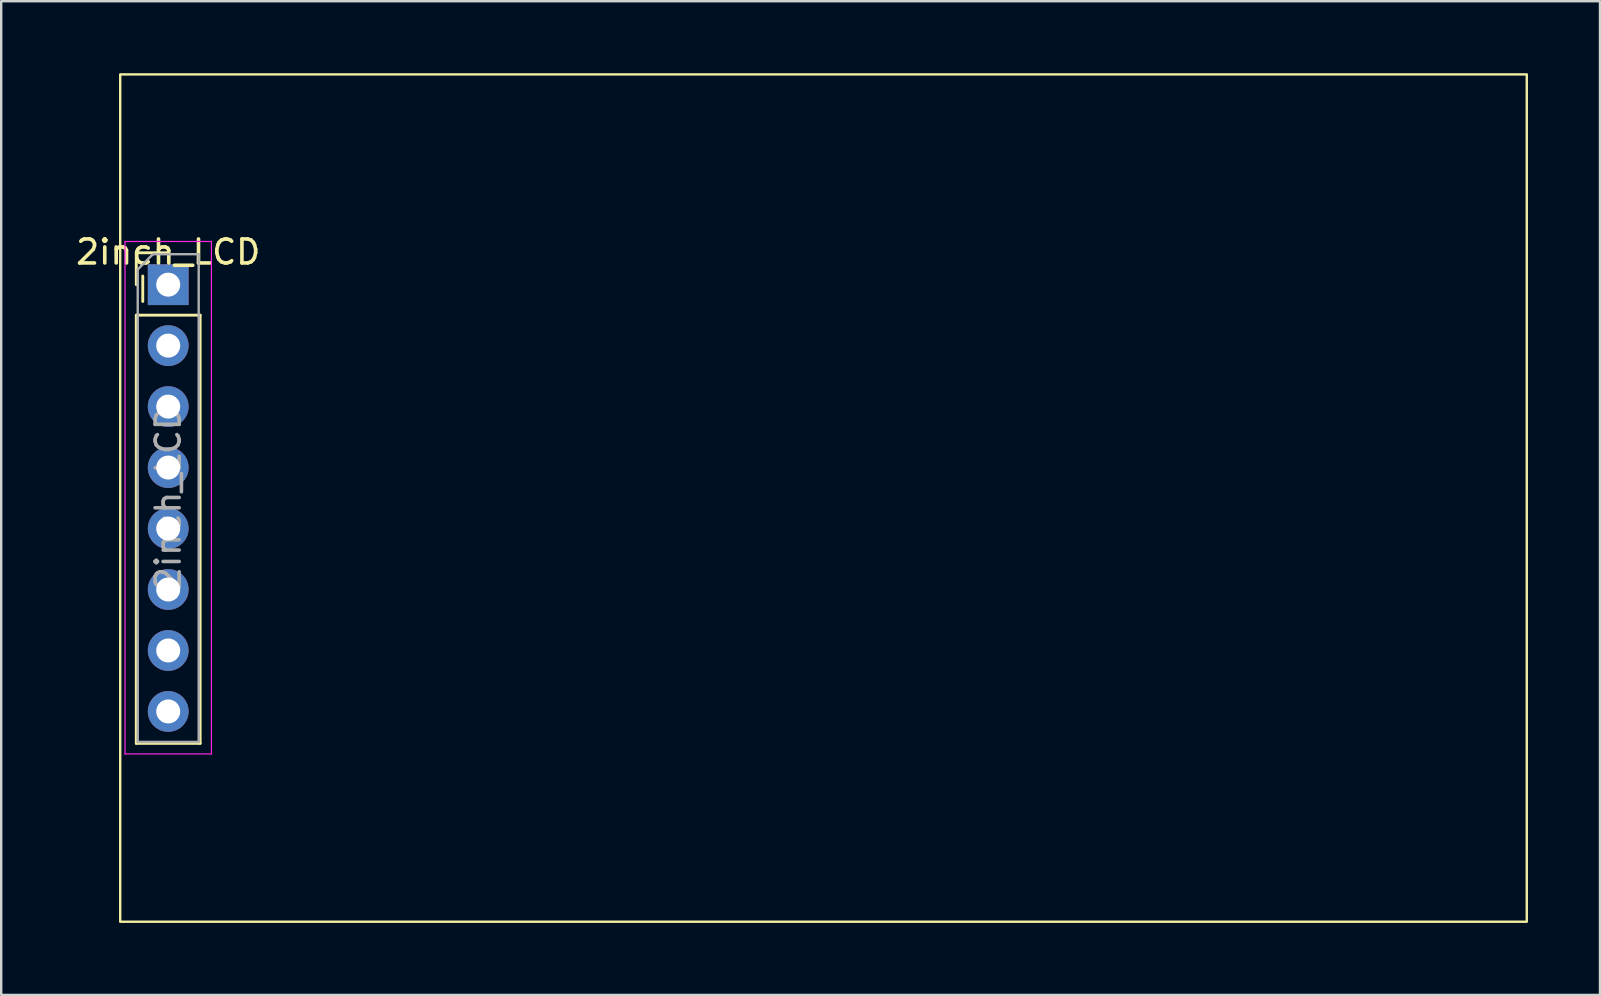
<source format=kicad_pcb>
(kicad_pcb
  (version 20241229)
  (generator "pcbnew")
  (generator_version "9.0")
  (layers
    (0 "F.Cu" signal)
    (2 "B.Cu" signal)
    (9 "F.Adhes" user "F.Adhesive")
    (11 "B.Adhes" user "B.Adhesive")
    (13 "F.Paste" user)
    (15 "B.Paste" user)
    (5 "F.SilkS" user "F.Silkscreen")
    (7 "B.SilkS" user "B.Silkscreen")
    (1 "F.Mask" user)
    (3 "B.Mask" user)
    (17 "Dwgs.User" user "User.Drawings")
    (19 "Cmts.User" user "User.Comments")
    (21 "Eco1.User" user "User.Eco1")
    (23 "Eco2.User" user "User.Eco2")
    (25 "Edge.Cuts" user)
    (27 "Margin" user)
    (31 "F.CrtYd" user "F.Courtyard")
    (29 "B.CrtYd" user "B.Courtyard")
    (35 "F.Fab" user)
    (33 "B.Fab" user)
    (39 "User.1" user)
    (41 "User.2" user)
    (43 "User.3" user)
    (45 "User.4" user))
  (footprint "2inch_LCD"
    (layer "F.Cu")
    (at 3.958 17.7)
    (property "Reference" "2inch_LCD" (at 0 -10.25 0) (layer "F.SilkS") (effects (font (size 1 1) (thickness 0.15))))
    (attr through_hole)
    (fp_line (start -1.33 -10.22) (end 0 -10.22) (stroke (width 0.12) (type solid)) (layer "F.SilkS"))
    (fp_line (start -1.33 -8.89) (end -1.33 -10.22) (stroke (width 0.12) (type solid)) (layer "F.SilkS"))
    (fp_line (start -1.33 -7.62) (end -1.33 10.22) (stroke (width 0.12) (type solid)) (layer "F.SilkS"))
    (fp_line (start -1.33 -7.62) (end 1.33 -7.62) (stroke (width 0.12) (type solid)) (layer "F.SilkS"))
    (fp_line (start -1.33 10.22) (end 1.33 10.22) (stroke (width 0.12) (type solid)) (layer "F.SilkS"))
    (fp_line (start -1.06 -8.19) (end -1.06 -9.25) (stroke (width 0.12) (type solid)) (layer "F.SilkS"))
    (fp_line (start 1.33 -7.62) (end 1.33 10.22) (stroke (width 0.12) (type solid)) (layer "F.SilkS"))
    (fp_rect (start -2 -17.65) (end 56.6 17.65) (stroke (width 0.1) (type default)) (fill no) (layer "F.SilkS"))
    (fp_line (start -1.8 -10.69) (end -1.8 10.66) (stroke (width 0.05) (type solid)) (layer "F.CrtYd"))
    (fp_line (start -1.8 10.66) (end 1.8 10.66) (stroke (width 0.05) (type solid)) (layer "F.CrtYd"))
    (fp_line (start 1.8 -10.69) (end -1.8 -10.69) (stroke (width 0.05) (type solid)) (layer "F.CrtYd"))
    (fp_line (start 1.8 10.66) (end 1.8 -10.69) (stroke (width 0.05) (type solid)) (layer "F.CrtYd"))
    (fp_line (start -1.27 -9.525) (end -0.635 -10.16) (stroke (width 0.1) (type solid)) (layer "F.Fab"))
    (fp_line (start -1.27 10.16) (end -1.27 -9.525) (stroke (width 0.1) (type solid)) (layer "F.Fab"))
    (fp_line (start -0.635 -10.16) (end 1.27 -10.16) (stroke (width 0.1) (type solid)) (layer "F.Fab"))
    (fp_line (start 1.27 -10.16) (end 1.27 10.16) (stroke (width 0.1) (type solid)) (layer "F.Fab"))
    (fp_line (start 1.27 10.16) (end -1.27 10.16) (stroke (width 0.1) (type solid)) (layer "F.Fab"))
    (fp_text user "${REFERENCE}" (at 0 0 90) (layer "F.Fab") (effects (font (size 1 1) (thickness 0.15))))
    (pad "1" thru_hole rect (at 0 -8.89) (size 1.7 1.7) (drill 1) (layers "*.Cu" "*.Mask"))
    (pad "2" thru_hole oval (at 0 -6.35) (size 1.7 1.7) (drill 1) (layers "*.Cu" "*.Mask"))
    (pad "3" thru_hole oval (at 0 -3.81) (size 1.7 1.7) (drill 1) (layers "*.Cu" "*.Mask"))
    (pad "4" thru_hole oval (at 0 -1.27) (size 1.7 1.7) (drill 1) (layers "*.Cu" "*.Mask"))
    (pad "5" thru_hole oval (at 0 1.27) (size 1.7 1.7) (drill 1) (layers "*.Cu" "*.Mask"))
    (pad "6" thru_hole oval (at 0 3.81) (size 1.7 1.7) (drill 1) (layers "*.Cu" "*.Mask"))
    (pad "7" thru_hole oval (at 0 6.35) (size 1.7 1.7) (drill 1) (layers "*.Cu" "*.Mask"))
    (pad "8" thru_hole oval (at 0 8.89) (size 1.7 1.7) (drill 1) (layers "*.Cu" "*.Mask")))
  (gr_rect
    (start -3 -3)
    (end 63.608 38.4)
    (stroke (width 0.1) (type default))
    (fill no)
    (layer "Edge.Cuts")))
</source>
